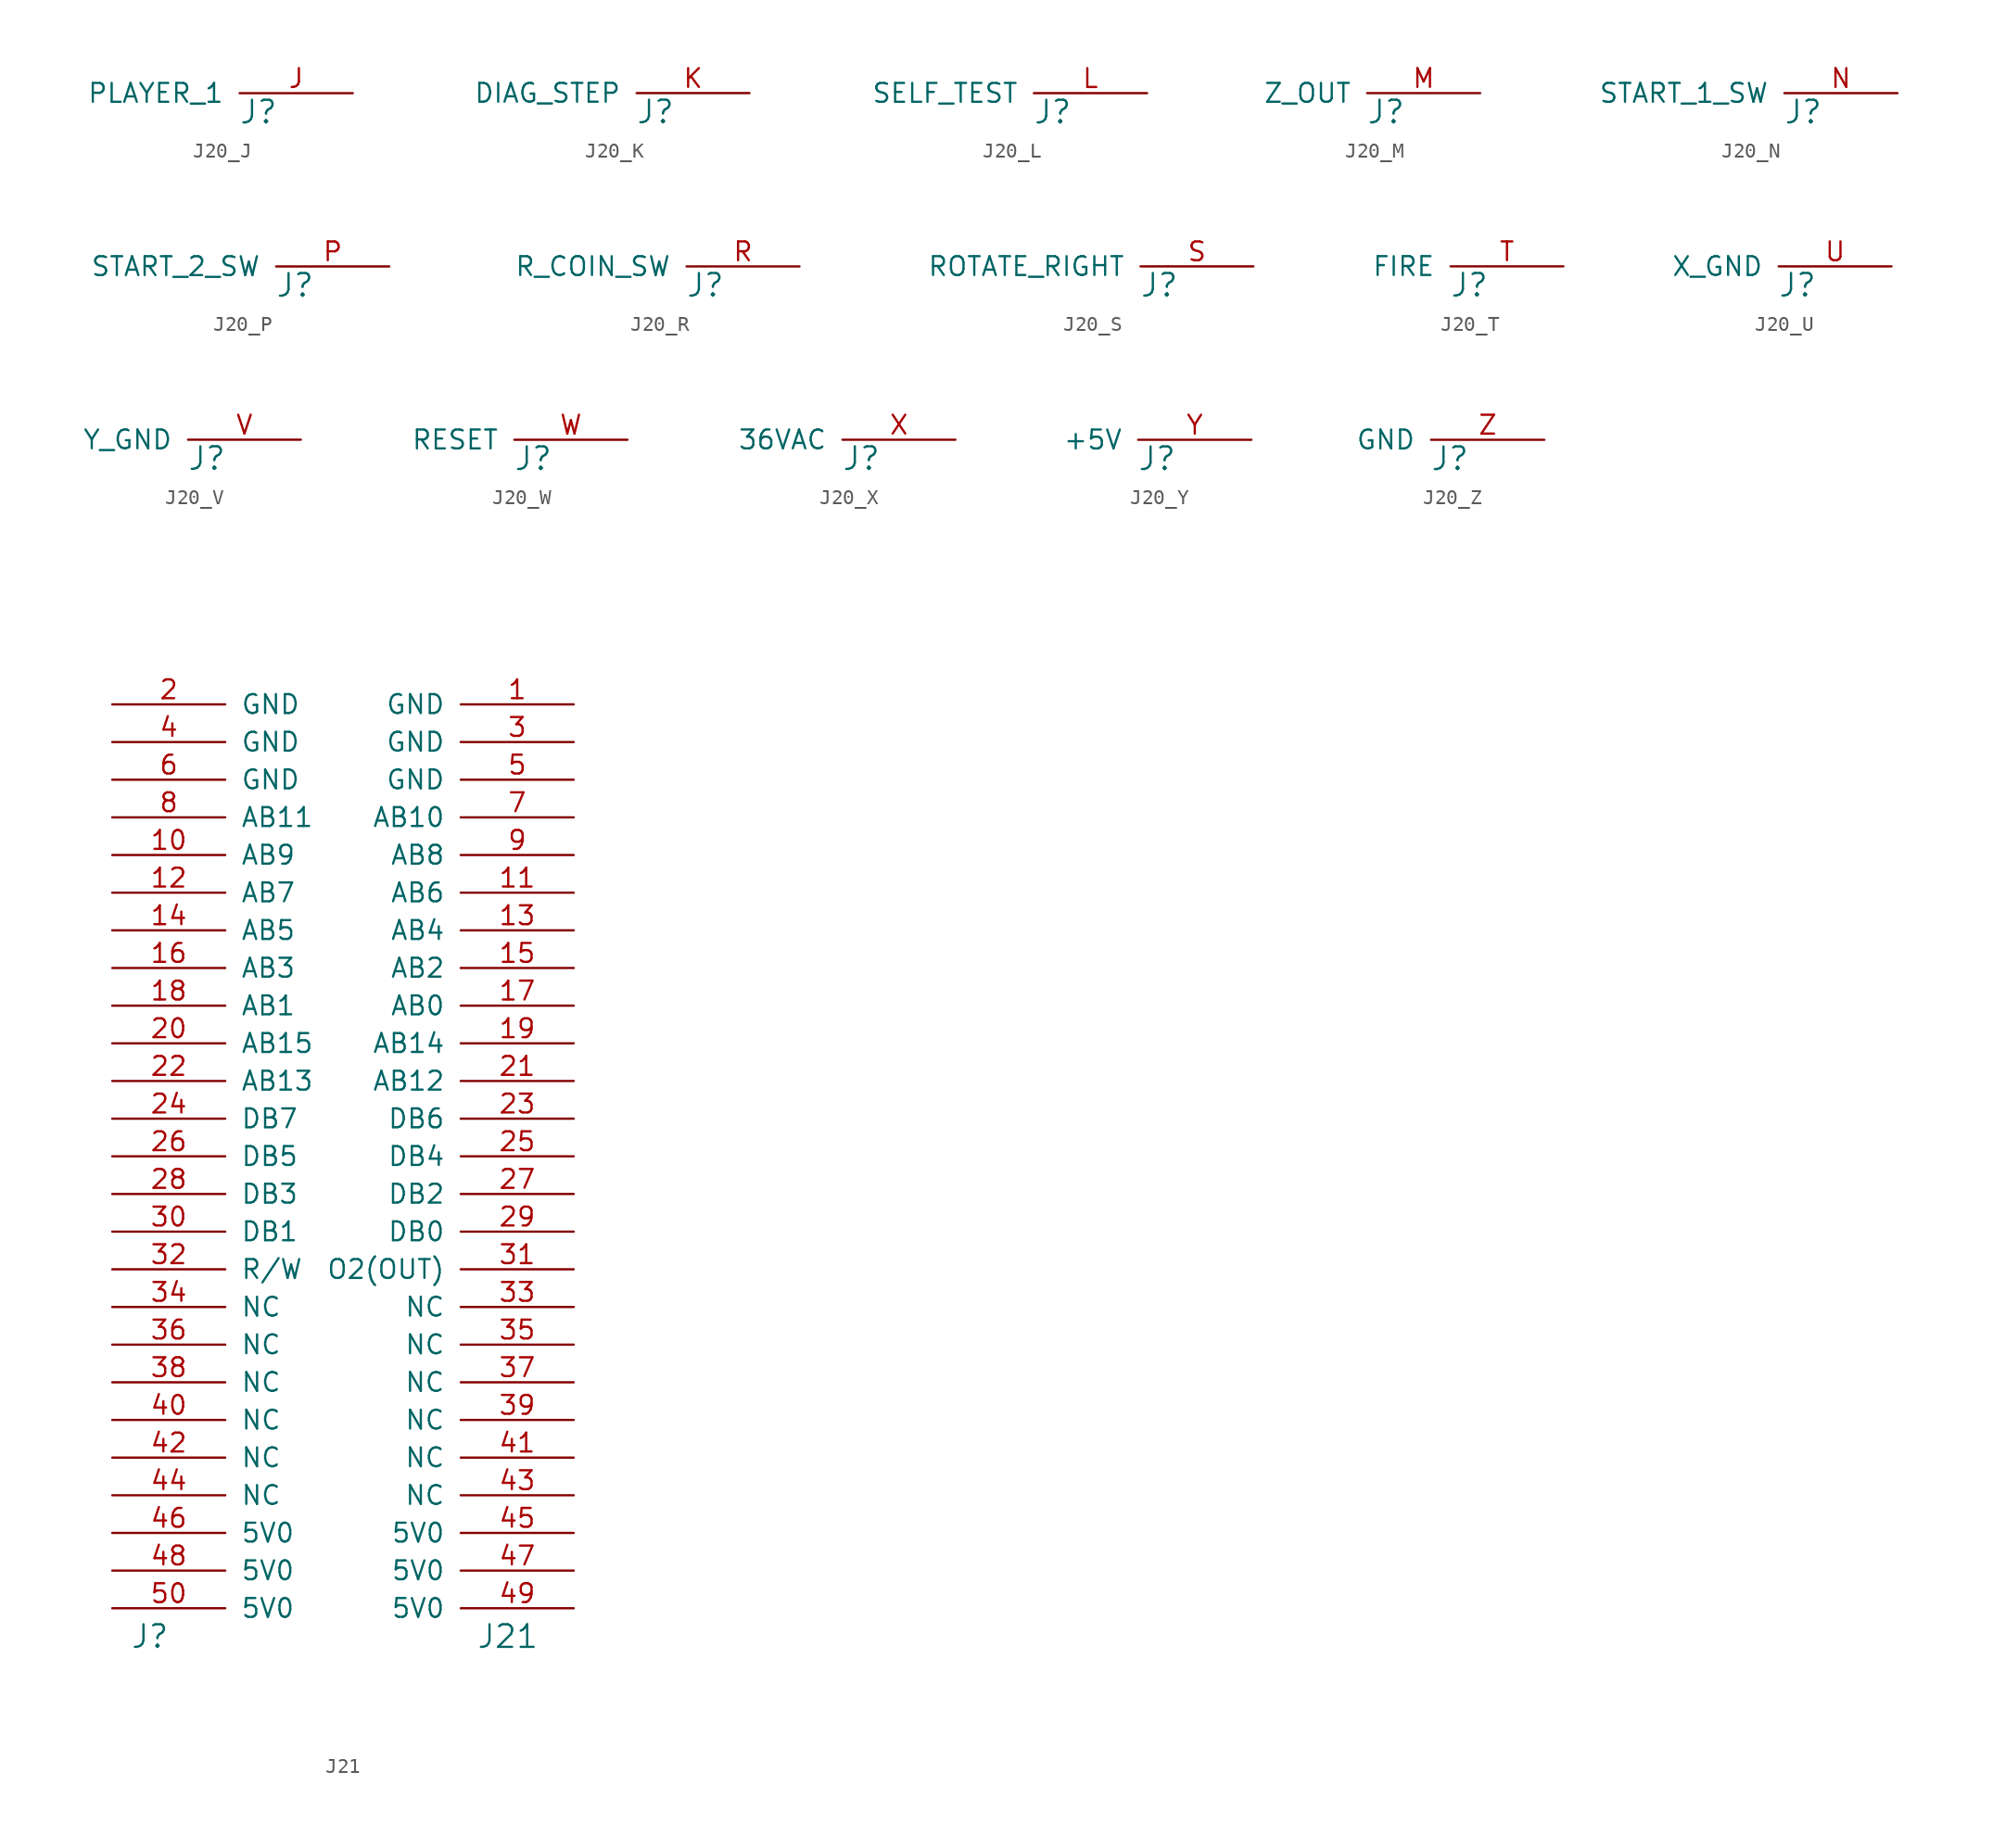
<source format=kicad_sym>
(kicad_symbol_lib
  (version 20211014)
  (generator kicad_symbol_editor)
  (symbol "J20_J"
    (pin_names
      (offset 1.016))
    (property "Reference" "J"
      (at 3.81 -1.27 0)
      (effects (font (size 1.524 1.524))))
    (symbol "J20_J_1_1"
      (pin input line (at 10.16 0 180) (length 7.62) (name "PLAYER_1" (effects (font (size 1.27 1.27)))) (number "J" (effects (font (size 1.27 1.27)))))))
  (symbol "J20_K"
    (pin_names
      (offset 1.016))
    (property "Reference" "J"
      (at 3.81 -1.27 0)
      (effects (font (size 1.524 1.524))))
    (symbol "J20_K_1_1"
      (pin input line (at 10.16 0 180) (length 7.62) (name "DIAG_STEP" (effects (font (size 1.27 1.27)))) (number "K" (effects (font (size 1.27 1.27)))))))
  (symbol "J20_L"
    (pin_names
      (offset 1.016))
    (property "Reference" "J"
      (at 3.81 -1.27 0)
      (effects (font (size 1.524 1.524))))
    (symbol "J20_L_1_1"
      (pin input line (at 10.16 0 180) (length 7.62) (name "SELF_TEST" (effects (font (size 1.27 1.27)))) (number "L" (effects (font (size 1.27 1.27)))))))
  (symbol "J20_M"
    (pin_names
      (offset 1.016))
    (property "Reference" "J"
      (at 3.81 -1.27 0)
      (effects (font (size 1.524 1.524))))
    (symbol "J20_M_1_1"
      (pin input line (at 10.16 0 180) (length 7.62) (name "Z_OUT" (effects (font (size 1.27 1.27)))) (number "M" (effects (font (size 1.27 1.27)))))))
  (symbol "J20_N"
    (pin_names
      (offset 1.016))
    (property "Reference" "J"
      (at 3.81 -1.27 0)
      (effects (font (size 1.524 1.524))))
    (symbol "J20_N_1_1"
      (pin input line (at 10.16 0 180) (length 7.62) (name "START_1_SW" (effects (font (size 1.27 1.27)))) (number "N" (effects (font (size 1.27 1.27)))))))
  (symbol "J20_P"
    (pin_names
      (offset 1.016))
    (property "Reference" "J"
      (at 3.81 -1.27 0)
      (effects (font (size 1.524 1.524))))
    (symbol "J20_P_1_1"
      (pin input line (at 10.16 0 180) (length 7.62) (name "START_2_SW" (effects (font (size 1.27 1.27)))) (number "P" (effects (font (size 1.27 1.27)))))))
  (symbol "J20_R"
    (pin_names
      (offset 1.016))
    (property "Reference" "J"
      (at 3.81 -1.27 0)
      (effects (font (size 1.524 1.524))))
    (symbol "J20_R_1_1"
      (pin input line (at 10.16 0 180) (length 7.62) (name "R_COIN_SW" (effects (font (size 1.27 1.27)))) (number "R" (effects (font (size 1.27 1.27)))))))
  (symbol "J20_S"
    (pin_names
      (offset 1.016))
    (property "Reference" "J"
      (at 3.81 -1.27 0)
      (effects (font (size 1.524 1.524))))
    (symbol "J20_S_1_1"
      (pin input line (at 10.16 0 180) (length 7.62) (name "ROTATE_RIGHT" (effects (font (size 1.27 1.27)))) (number "S" (effects (font (size 1.27 1.27)))))))
  (symbol "J20_T"
    (pin_names
      (offset 1.016))
    (property "Reference" "J"
      (at 3.81 -1.27 0)
      (effects (font (size 1.524 1.524))))
    (symbol "J20_T_1_1"
      (pin input line (at 10.16 0 180) (length 7.62) (name "FIRE" (effects (font (size 1.27 1.27)))) (number "T" (effects (font (size 1.27 1.27)))))))
  (symbol "J20_U"
    (pin_names
      (offset 1.016))
    (property "Reference" "J"
      (at 3.81 -1.27 0)
      (effects (font (size 1.524 1.524))))
    (symbol "J20_U_1_1"
      (pin input line (at 10.16 0 180) (length 7.62) (name "X_GND" (effects (font (size 1.27 1.27)))) (number "U" (effects (font (size 1.27 1.27)))))))
  (symbol "J20_V"
    (pin_names
      (offset 1.016))
    (property "Reference" "J"
      (at 3.81 -1.27 0)
      (effects (font (size 1.524 1.524))))
    (symbol "J20_V_1_1"
      (pin output line (at 10.16 0 180) (length 7.62) (name "Y_GND" (effects (font (size 1.27 1.27)))) (number "V" (effects (font (size 1.27 1.27)))))))
  (symbol "J20_W"
    (pin_names
      (offset 1.016))
    (property "Reference" "J"
      (at 3.81 -1.27 0)
      (effects (font (size 1.524 1.524))))
    (symbol "J20_W_1_1"
      (pin input line (at 10.16 0 180) (length 7.62) (name "RESET" (effects (font (size 1.27 1.27)))) (number "W" (effects (font (size 1.27 1.27)))))))
  (symbol "J20_X"
    (pin_names
      (offset 1.016))
    (property "Reference" "J"
      (at 3.81 -1.27 0)
      (effects (font (size 1.524 1.524))))
    (symbol "J20_X_1_1"
      (pin power_out line (at 10.16 0 180) (length 7.62) (name "36VAC" (effects (font (size 1.27 1.27)))) (number "X" (effects (font (size 1.27 1.27)))))))
  (symbol "J20_Y"
    (pin_names
      (offset 1.016))
    (property "Reference" "J"
      (at 3.81 -1.27 0)
      (effects (font (size 1.524 1.524))))
    (symbol "J20_Y_1_1"
      (pin input line (at 10.16 0 180) (length 7.62) (name "+5V" (effects (font (size 1.27 1.27)))) (number "Y" (effects (font (size 1.27 1.27)))))))
  (symbol "J20_Z"
    (pin_names
      (offset 1.016))
    (property "Reference" "J"
      (at 3.81 -1.27 0)
      (effects (font (size 1.524 1.524))))
    (symbol "J20_Z_1_1"
      (pin power_in line (at 10.16 0 180) (length 7.62) (name "GND" (effects (font (size 1.27 1.27)))) (number "Z" (effects (font (size 1.27 1.27)))))))
  (symbol "J21"
    (pin_names
      (offset 1.016))
    (property "Reference" "J"
      (at -13.335 -32.385 0)
      (effects (font (size 1.524 1.524))))
    (property "Value" "J21"
      (at 10.795 -32.385 0)
      (effects (font (size 1.524 1.524))))
    (symbol "J21_1_1"
      (pin input line (at 15.24 30.48 180) (length 7.62) (name "GND" (effects (font (size 1.27 1.27)))) (number "1" (effects (font (size 1.27 1.27)))))
      (pin input line (at -15.875 20.32 0) (length 7.62) (name "AB9" (effects (font (size 1.27 1.27)))) (number "10" (effects (font (size 1.27 1.27)))))
      (pin input line (at 15.24 17.78 180) (length 7.62) (name "AB6" (effects (font (size 1.27 1.27)))) (number "11" (effects (font (size 1.27 1.27)))))
      (pin input line (at -15.875 17.78 0) (length 7.62) (name "AB7" (effects (font (size 1.27 1.27)))) (number "12" (effects (font (size 1.27 1.27)))))
      (pin input line (at 15.24 15.24 180) (length 7.62) (name "AB4" (effects (font (size 1.27 1.27)))) (number "13" (effects (font (size 1.27 1.27)))))
      (pin input line (at -15.875 15.24 0) (length 7.62) (name "AB5" (effects (font (size 1.27 1.27)))) (number "14" (effects (font (size 1.27 1.27)))))
      (pin input line (at 15.24 12.7 180) (length 7.62) (name "AB2" (effects (font (size 1.27 1.27)))) (number "15" (effects (font (size 1.27 1.27)))))
      (pin input line (at -15.875 12.7 0) (length 7.62) (name "AB3" (effects (font (size 1.27 1.27)))) (number "16" (effects (font (size 1.27 1.27)))))
      (pin input line (at 15.24 10.16 180) (length 7.62) (name "AB0" (effects (font (size 1.27 1.27)))) (number "17" (effects (font (size 1.27 1.27)))))
      (pin input line (at -15.875 10.16 0) (length 7.62) (name "AB1" (effects (font (size 1.27 1.27)))) (number "18" (effects (font (size 1.27 1.27)))))
      (pin input line (at 15.24 7.62 180) (length 7.62) (name "AB14" (effects (font (size 1.27 1.27)))) (number "19" (effects (font (size 1.27 1.27)))))
      (pin input line (at -15.875 30.48 0) (length 7.62) (name "GND" (effects (font (size 1.27 1.27)))) (number "2" (effects (font (size 1.27 1.27)))))
      (pin input line (at -15.875 7.62 0) (length 7.62) (name "AB15" (effects (font (size 1.27 1.27)))) (number "20" (effects (font (size 1.27 1.27)))))
      (pin input line (at 15.24 5.08 180) (length 7.62) (name "AB12" (effects (font (size 1.27 1.27)))) (number "21" (effects (font (size 1.27 1.27)))))
      (pin input line (at -15.875 5.08 0) (length 7.62) (name "AB13" (effects (font (size 1.27 1.27)))) (number "22" (effects (font (size 1.27 1.27)))))
      (pin input line (at 15.24 2.54 180) (length 7.62) (name "DB6" (effects (font (size 1.27 1.27)))) (number "23" (effects (font (size 1.27 1.27)))))
      (pin input line (at -15.875 2.54 0) (length 7.62) (name "DB7" (effects (font (size 1.27 1.27)))) (number "24" (effects (font (size 1.27 1.27)))))
      (pin input line (at 15.24 0 180) (length 7.62) (name "DB4" (effects (font (size 1.27 1.27)))) (number "25" (effects (font (size 1.27 1.27)))))
      (pin input line (at -15.875 0 0) (length 7.62) (name "DB5" (effects (font (size 1.27 1.27)))) (number "26" (effects (font (size 1.27 1.27)))))
      (pin input line (at 15.24 -2.54 180) (length 7.62) (name "DB2" (effects (font (size 1.27 1.27)))) (number "27" (effects (font (size 1.27 1.27)))))
      (pin input line (at -15.875 -2.54 0) (length 7.62) (name "DB3" (effects (font (size 1.27 1.27)))) (number "28" (effects (font (size 1.27 1.27)))))
      (pin input line (at 15.24 -5.08 180) (length 7.62) (name "DB0" (effects (font (size 1.27 1.27)))) (number "29" (effects (font (size 1.27 1.27)))))
      (pin input line (at 15.24 27.94 180) (length 7.62) (name "GND" (effects (font (size 1.27 1.27)))) (number "3" (effects (font (size 1.27 1.27)))))
      (pin input line (at -15.875 -5.08 0) (length 7.62) (name "DB1" (effects (font (size 1.27 1.27)))) (number "30" (effects (font (size 1.27 1.27)))))
      (pin input line (at 15.24 -7.62 180) (length 7.62) (name "O2(OUT)" (effects (font (size 1.27 1.27)))) (number "31" (effects (font (size 1.27 1.27)))))
      (pin input line (at -15.875 -7.62 0) (length 7.62) (name "R/W" (effects (font (size 1.27 1.27)))) (number "32" (effects (font (size 1.27 1.27)))))
      (pin input line (at 15.24 -10.16 180) (length 7.62) (name "NC" (effects (font (size 1.27 1.27)))) (number "33" (effects (font (size 1.27 1.27)))))
      (pin input line (at -15.875 -10.16 0) (length 7.62) (name "NC" (effects (font (size 1.27 1.27)))) (number "34" (effects (font (size 1.27 1.27)))))
      (pin input line (at 15.24 -12.7 180) (length 7.62) (name "NC" (effects (font (size 1.27 1.27)))) (number "35" (effects (font (size 1.27 1.27)))))
      (pin input line (at -15.875 -12.7 0) (length 7.62) (name "NC" (effects (font (size 1.27 1.27)))) (number "36" (effects (font (size 1.27 1.27)))))
      (pin input line (at 15.24 -15.24 180) (length 7.62) (name "NC" (effects (font (size 1.27 1.27)))) (number "37" (effects (font (size 1.27 1.27)))))
      (pin input line (at -15.875 -15.24 0) (length 7.62) (name "NC" (effects (font (size 1.27 1.27)))) (number "38" (effects (font (size 1.27 1.27)))))
      (pin input line (at 15.24 -17.78 180) (length 7.62) (name "NC" (effects (font (size 1.27 1.27)))) (number "39" (effects (font (size 1.27 1.27)))))
      (pin input line (at -15.875 27.94 0) (length 7.62) (name "GND" (effects (font (size 1.27 1.27)))) (number "4" (effects (font (size 1.27 1.27)))))
      (pin input line (at -15.875 -17.78 0) (length 7.62) (name "NC" (effects (font (size 1.27 1.27)))) (number "40" (effects (font (size 1.27 1.27)))))
      (pin input line (at 15.24 -20.32 180) (length 7.62) (name "NC" (effects (font (size 1.27 1.27)))) (number "41" (effects (font (size 1.27 1.27)))))
      (pin input line (at -15.875 -20.32 0) (length 7.62) (name "NC" (effects (font (size 1.27 1.27)))) (number "42" (effects (font (size 1.27 1.27)))))
      (pin input line (at 15.24 -22.86 180) (length 7.62) (name "NC" (effects (font (size 1.27 1.27)))) (number "43" (effects (font (size 1.27 1.27)))))
      (pin input line (at -15.875 -22.86 0) (length 7.62) (name "NC" (effects (font (size 1.27 1.27)))) (number "44" (effects (font (size 1.27 1.27)))))
      (pin input line (at 15.24 -25.4 180) (length 7.62) (name "5V0" (effects (font (size 1.27 1.27)))) (number "45" (effects (font (size 1.27 1.27)))))
      (pin input line (at -15.875 -25.4 0) (length 7.62) (name "5V0" (effects (font (size 1.27 1.27)))) (number "46" (effects (font (size 1.27 1.27)))))
      (pin input line (at 15.24 -27.94 180) (length 7.62) (name "5V0" (effects (font (size 1.27 1.27)))) (number "47" (effects (font (size 1.27 1.27)))))
      (pin input line (at -15.875 -27.94 0) (length 7.62) (name "5V0" (effects (font (size 1.27 1.27)))) (number "48" (effects (font (size 1.27 1.27)))))
      (pin input line (at 15.24 -30.48 180) (length 7.62) (name "5V0" (effects (font (size 1.27 1.27)))) (number "49" (effects (font (size 1.27 1.27)))))
      (pin input line (at 15.24 25.4 180) (length 7.62) (name "GND" (effects (font (size 1.27 1.27)))) (number "5" (effects (font (size 1.27 1.27)))))
      (pin input line (at -15.875 -30.48 0) (length 7.62) (name "5V0" (effects (font (size 1.27 1.27)))) (number "50" (effects (font (size 1.27 1.27)))))
      (pin input line (at -15.875 25.4 0) (length 7.62) (name "GND" (effects (font (size 1.27 1.27)))) (number "6" (effects (font (size 1.27 1.27)))))
      (pin input line (at 15.24 22.86 180) (length 7.62) (name "AB10" (effects (font (size 1.27 1.27)))) (number "7" (effects (font (size 1.27 1.27)))))
      (pin input line (at -15.875 22.86 0) (length 7.62) (name "AB11" (effects (font (size 1.27 1.27)))) (number "8" (effects (font (size 1.27 1.27)))))
      (pin input line (at 15.24 20.32 180) (length 7.62) (name "AB8" (effects (font (size 1.27 1.27)))) (number "9" (effects (font (size 1.27 1.27))))))))
</source>
